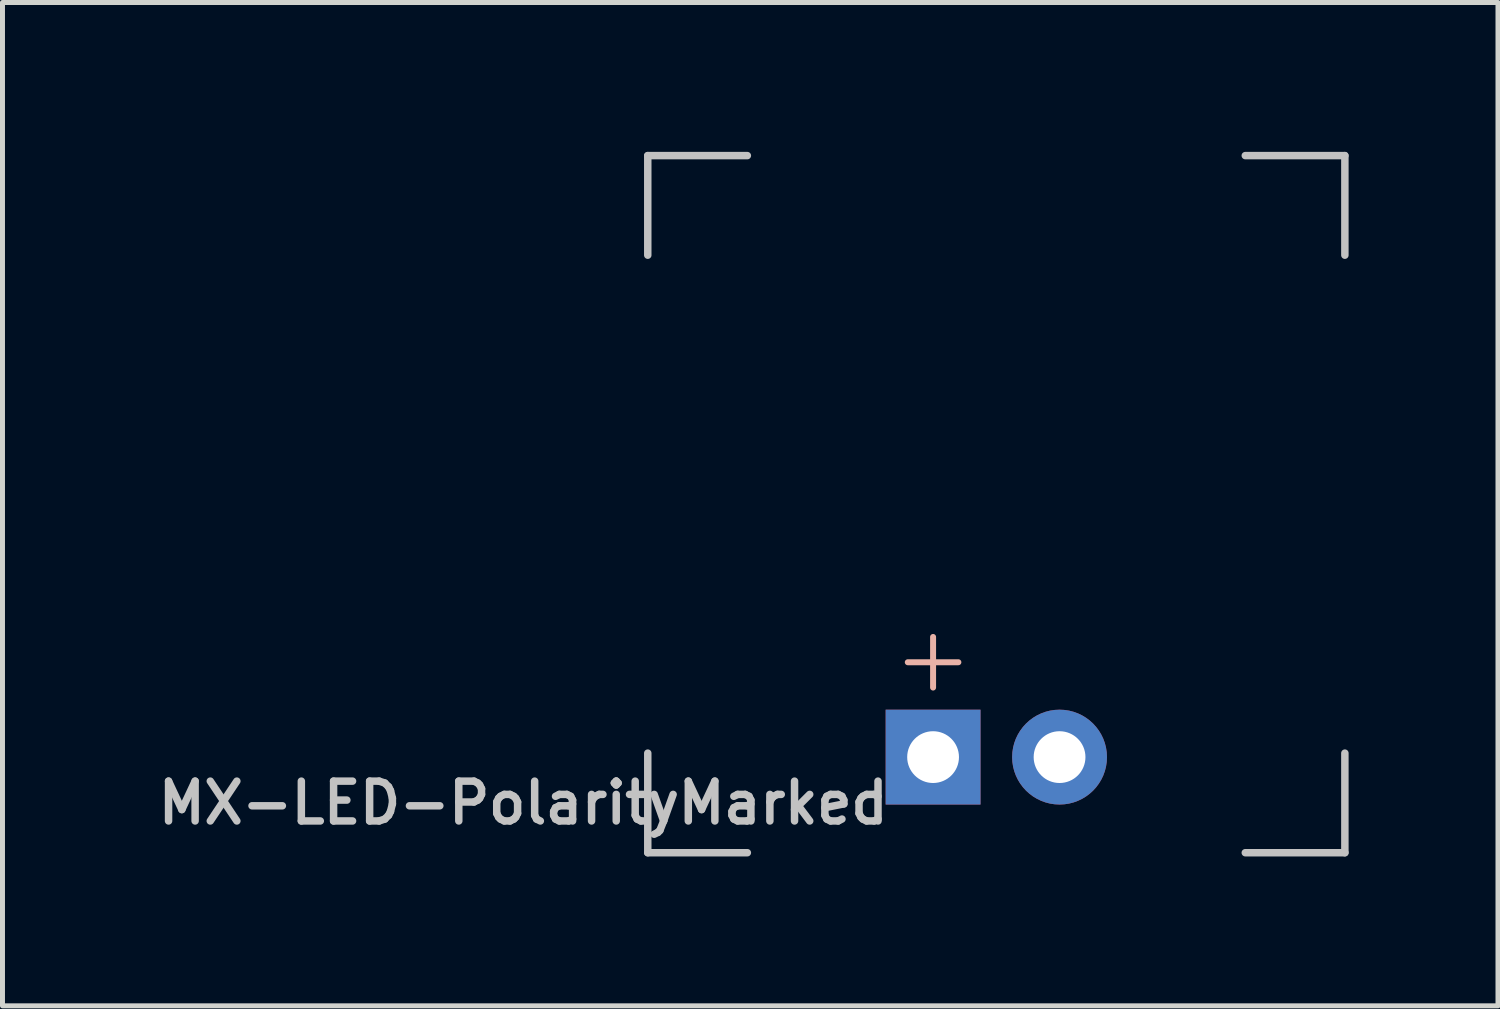
<source format=kicad_pcb>
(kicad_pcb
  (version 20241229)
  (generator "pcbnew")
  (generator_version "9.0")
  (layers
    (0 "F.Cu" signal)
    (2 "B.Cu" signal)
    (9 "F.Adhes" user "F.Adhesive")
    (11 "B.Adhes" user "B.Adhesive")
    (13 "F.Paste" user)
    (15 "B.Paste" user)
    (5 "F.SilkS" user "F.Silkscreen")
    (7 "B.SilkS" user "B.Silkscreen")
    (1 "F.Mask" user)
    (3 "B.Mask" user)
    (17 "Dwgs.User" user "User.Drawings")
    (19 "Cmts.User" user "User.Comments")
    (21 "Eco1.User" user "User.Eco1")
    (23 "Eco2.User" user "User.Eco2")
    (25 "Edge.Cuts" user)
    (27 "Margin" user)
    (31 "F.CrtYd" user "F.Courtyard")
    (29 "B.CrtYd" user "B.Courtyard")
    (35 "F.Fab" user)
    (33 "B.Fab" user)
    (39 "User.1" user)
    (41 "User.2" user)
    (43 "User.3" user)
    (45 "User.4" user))
  (footprint "MX-LED-PolarityMarked"
    (layer "F.Cu")
    (at 16.959 7.075)
    (property "Reference" "MX-LED-PolarityMarked" (at -9.5 6 0) (layer "Dwgs.User") (effects (font (size 0.8 0.8) (thickness 0.15))))
    (attr through_hole)
    (fp_line (start -1.778 3.175) (end -0.762 3.175) (stroke (width 0.12) (type solid)) (layer "B.SilkS"))
    (fp_line (start -1.27 3.683) (end -1.27 2.667) (stroke (width 0.12) (type solid)) (layer "B.SilkS"))
    (fp_line (start -7 -7) (end -7 -5) (stroke (width 0.15) (type solid)) (layer "Dwgs.User"))
    (fp_line (start -7 5) (end -7 7) (stroke (width 0.15) (type solid)) (layer "Dwgs.User"))
    (fp_line (start -7 7) (end -5 7) (stroke (width 0.15) (type solid)) (layer "Dwgs.User"))
    (fp_line (start -5 -7) (end -7 -7) (stroke (width 0.15) (type solid)) (layer "Dwgs.User"))
    (fp_line (start 5 -7) (end 7 -7) (stroke (width 0.15) (type solid)) (layer "Dwgs.User"))
    (fp_line (start 5 7) (end 7 7) (stroke (width 0.15) (type solid)) (layer "Dwgs.User"))
    (fp_line (start 7 -7) (end 7 -5) (stroke (width 0.15) (type solid)) (layer "Dwgs.User"))
    (fp_line (start 7 7) (end 7 5) (stroke (width 0.15) (type solid)) (layer "Dwgs.User"))
    (pad "1" thru_hole circle (at 1.27 5.08) (size 1.905 1.905) (drill 1.04) (layers "*.Cu" "*.Mask"))
    (pad "2" thru_hole rect (at -1.27 5.08) (size 1.905 1.905) (drill 1.04) (layers "*.Cu" "*.Mask")))
  (gr_rect
    (start -3 -3)
    (end 27.034 17.15)
    (stroke (width 0.1) (type default))
    (fill no)
    (layer "Edge.Cuts")))
</source>
